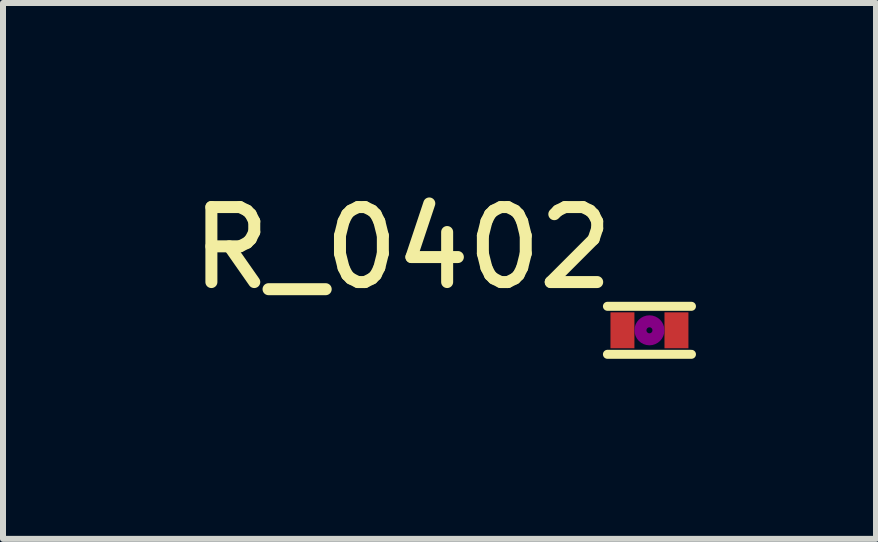
<source format=kicad_pcb>
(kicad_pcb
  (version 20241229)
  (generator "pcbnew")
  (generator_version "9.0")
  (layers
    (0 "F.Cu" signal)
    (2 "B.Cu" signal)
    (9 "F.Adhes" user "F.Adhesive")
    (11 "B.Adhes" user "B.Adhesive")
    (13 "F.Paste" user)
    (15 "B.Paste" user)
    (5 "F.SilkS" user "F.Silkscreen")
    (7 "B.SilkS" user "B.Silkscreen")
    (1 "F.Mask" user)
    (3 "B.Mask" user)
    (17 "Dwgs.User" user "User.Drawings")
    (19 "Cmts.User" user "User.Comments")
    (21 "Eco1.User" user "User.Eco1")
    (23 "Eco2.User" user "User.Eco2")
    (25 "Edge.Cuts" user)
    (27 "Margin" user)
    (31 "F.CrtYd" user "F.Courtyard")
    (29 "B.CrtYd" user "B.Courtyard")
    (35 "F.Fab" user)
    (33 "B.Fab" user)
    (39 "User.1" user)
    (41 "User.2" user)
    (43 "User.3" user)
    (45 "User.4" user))
  (footprint "R_0402"
    (layer "F.Cu")
    (at 7.772 2.454)
    (property "Reference" "R_0402" (at -4.115 -1.372 0) (layer "F.SilkS") (effects (font (size 1.25 1.25) (thickness 0.2))))
    (attr smd)
    (fp_line (start 0.7 -0.4) (end -0.7 -0.4) (stroke (width 0.15) (type solid)) (layer "F.SilkS"))
    (fp_line (start 0.7 0.4) (end -0.7 0.4) (stroke (width 0.15) (type solid)) (layer "F.SilkS"))
    (fp_circle (center 0 0) (end 0.05 0) (stroke (width 0.2) (type solid)) (fill no) (layer "F.Adhes"))
    (pad "1" smd rect (at -0.45 0) (size 0.399 0.599) (layers "F.Cu" "F.Mask" "F.Paste"))
    (pad "2" smd rect (at 0.45 0) (size 0.399 0.599) (layers "F.Cu" "F.Mask" "F.Paste")))
  (gr_rect
    (start -3 -3)
    (end 11.547 5.929)
    (stroke (width 0.1) (type default))
    (fill no)
    (layer "Edge.Cuts")))
</source>
